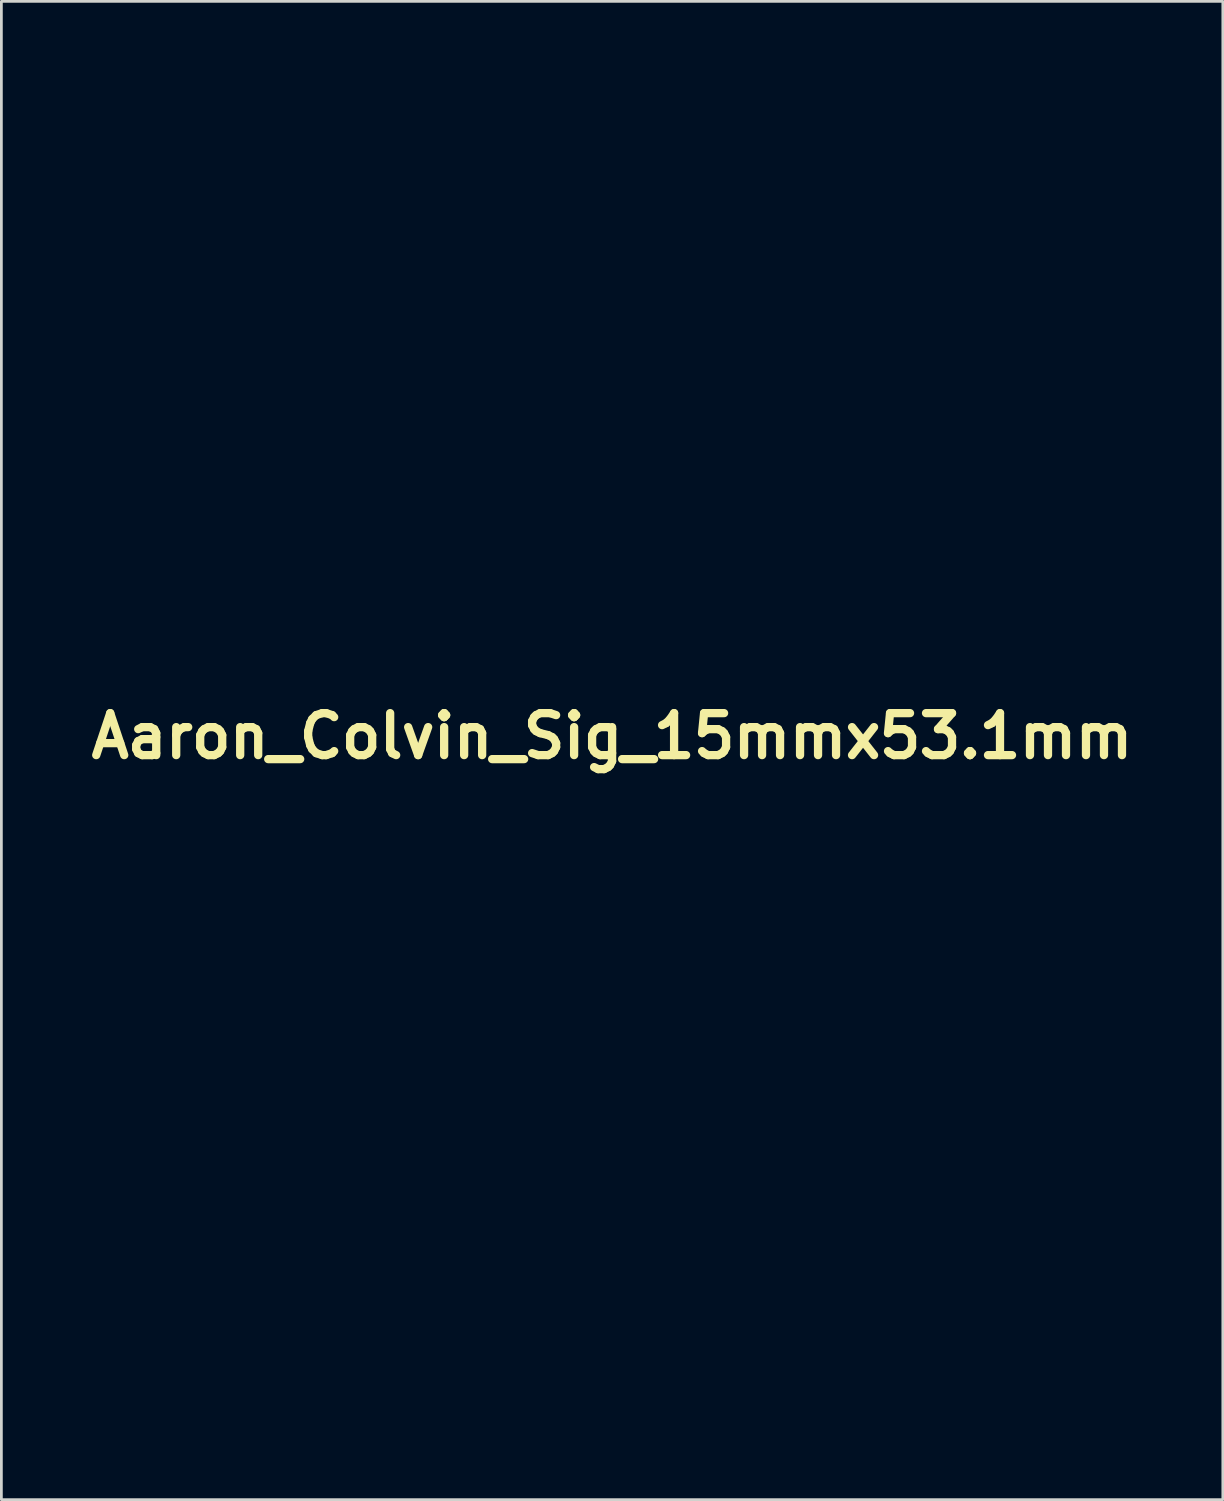
<source format=kicad_pcb>
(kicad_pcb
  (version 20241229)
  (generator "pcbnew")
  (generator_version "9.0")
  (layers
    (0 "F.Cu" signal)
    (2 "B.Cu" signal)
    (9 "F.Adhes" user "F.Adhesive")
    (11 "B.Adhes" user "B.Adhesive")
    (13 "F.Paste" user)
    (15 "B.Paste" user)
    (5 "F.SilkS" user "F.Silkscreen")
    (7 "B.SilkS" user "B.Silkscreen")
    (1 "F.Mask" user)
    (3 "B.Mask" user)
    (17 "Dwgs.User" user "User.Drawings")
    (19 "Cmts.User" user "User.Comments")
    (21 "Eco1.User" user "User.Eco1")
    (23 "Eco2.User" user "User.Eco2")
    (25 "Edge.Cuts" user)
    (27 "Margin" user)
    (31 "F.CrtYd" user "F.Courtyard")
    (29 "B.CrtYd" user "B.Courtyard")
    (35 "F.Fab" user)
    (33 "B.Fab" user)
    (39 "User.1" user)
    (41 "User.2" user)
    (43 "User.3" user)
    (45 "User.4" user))
  (footprint "Aaron_Colvin_Sig_15mmx53.1mm"
    (layer "F.Cu")
    (at 19.166 23.667)
    (property "Reference" "Aaron_Colvin_Sig_15mmx53.1mm" (at 0 0 0) (layer "F.SilkS") (effects (font (size 1.524 1.524) (thickness 0.3))))
    (attr through_hole)
    (fp_poly (pts (xy -0.192 18.331) (xy -0.216 18.355) (xy -0.24 18.331) (xy -0.216 18.307) (xy -0.192 18.331)) (stroke (width 0.01) (type solid)) (fill no) (layer "Eco2.User"))
    (fp_poly (pts (xy 0.24 18.715) (xy 0.216 18.738) (xy 0.192 18.715) (xy 0.216 18.691) (xy 0.24 18.715)) (stroke (width 0.01) (type solid)) (fill no) (layer "Eco2.User"))
    (fp_poly (pts (xy 0.335 19.002) (xy 0.312 19.026) (xy 0.288 19.002) (xy 0.312 18.978) (xy 0.335 19.002)) (stroke (width 0.01) (type solid)) (fill no) (layer "Eco2.User"))
    (fp_poly (pts (xy -4.521 15.4) (xy -4.527 15.428) (xy -4.553 15.432) (xy -4.592 15.414) (xy -4.585 15.4) (xy -4.528 15.394) (xy -4.521 15.4)) (stroke (width 0.01) (type solid)) (fill no) (layer "Eco2.User"))
    (fp_poly (pts (xy -3.802 -12.876) (xy -3.809 -12.847) (xy -3.834 -12.844) (xy -3.873 -12.861) (xy -3.866 -12.876) (xy -3.809 -12.881) (xy -3.802 -12.876)) (stroke (width 0.01) (type solid)) (fill no) (layer "Eco2.User"))
    (fp_poly (pts (xy 0.286 18.056) (xy 0.288 18.068) (xy 0.251 18.114) (xy 0.24 18.115) (xy 0.193 18.079) (xy 0.192 18.068) (xy 0.228 18.021) (xy 0.24 18.02) (xy 0.286 18.056)) (stroke (width 0.01) (type solid)) (fill no) (layer "Eco2.User"))
    (fp_poly (pts (xy 0.422 18.188) (xy 0.431 18.211) (xy 0.397 18.258) (xy 0.386 18.259) (xy 0.321 18.224) (xy 0.312 18.211) (xy 0.322 18.17) (xy 0.357 18.163) (xy 0.422 18.188)) (stroke (width 0.01) (type solid)) (fill no) (layer "Eco2.User"))
    (fp_poly (pts (xy -4.125 -12.961) (xy -4.071 -12.887) (xy -4.044 -12.783) (xy -4.082 -12.731) (xy -4.168 -12.749) (xy -4.192 -12.765) (xy -4.254 -12.851) (xy -4.251 -12.909) (xy -4.195 -12.98) (xy -4.125 -12.961)) (stroke (width 0.01) (type solid)) (fill no) (layer "Eco2.User"))
    (fp_poly (pts (xy 0.283 18.391) (xy 0.288 18.427) (xy 0.264 18.491) (xy 0.243 18.499) (xy 0.196 18.538) (xy 0.183 18.574) (xy 0.158 18.622) (xy 0.108 18.588) (xy 0.052 18.49) (xy 0.08 18.41) (xy 0.124 18.384) (xy 0.235 18.357) (xy 0.283 18.391)) (stroke (width 0.01) (type solid)) (fill no) (layer "Eco2.User"))
    (fp_poly (pts (xy 0.388 19.086) (xy 0.484 19.133) (xy 0.557 19.173) (xy 0.689 19.231) (xy 0.8 19.252) (xy 0.823 19.25) (xy 0.895 19.249) (xy 0.911 19.27) (xy 0.87 19.305) (xy 0.77 19.312) (xy 0.642 19.294) (xy 0.517 19.255) (xy 0.467 19.229) (xy 0.376 19.163) (xy 0.336 19.113) (xy 0.335 19.111) (xy 0.345 19.08) (xy 0.388 19.086)) (stroke (width 0.01) (type solid)) (fill no) (layer "Eco2.User"))
    (fp_poly (pts (xy 0.037 -23.635) (xy 0.094 -23.592) (xy 0.173 -23.579) (xy 0.254 -23.56) (xy 0.319 -23.491) (xy 0.389 -23.351) (xy 0.471 -23.146) (xy 0.508 -23.003) (xy 0.501 -22.898) (xy 0.449 -22.809) (xy 0.389 -22.745) (xy 0.182 -22.614) (xy 0.014 -22.568) (xy -0.209 -22.537) (xy -0.361 -22.533) (xy -0.465 -22.558) (xy -0.545 -22.616) (xy -0.56 -22.632) (xy -0.631 -22.742) (xy -0.68 -22.873) (xy -0.698 -22.994) (xy -0.689 -23.028) (xy -0.24 -23.028) (xy -0.216 -23.004) (xy -0.192 -23.028) (xy -0.216 -23.052) (xy -0.24 -23.028) (xy -0.689 -23.028) (xy -0.678 -23.07) (xy -0.671 -23.075) (xy -0.647 -23.137) (xy -0.654 -23.173) (xy -0.645 -23.232) (xy -0.592 -23.244) (xy -0.508 -23.286) (xy -0.419 -23.401) (xy -0.407 -23.423) (xy -0.312 -23.556) (xy -0.217 -23.603) (xy -0.215 -23.603) (xy -0.099 -23.625) (xy -0.051 -23.647) (xy 0.018 -23.662) (xy 0.037 -23.635)) (stroke (width 0.01) (type solid)) (fill no) (layer "Eco2.User"))
    (fp_poly (pts (xy 4.212 -23.234) (xy 4.332 -23.175) (xy 4.433 -23.042) (xy 4.502 -22.857) (xy 4.523 -22.729) (xy 4.543 -22.59) (xy 4.571 -22.488) (xy 4.578 -22.474) (xy 4.598 -22.393) (xy 4.607 -22.253) (xy 4.605 -22.149) (xy 4.609 -21.966) (xy 4.639 -21.864) (xy 4.653 -21.851) (xy 4.681 -21.786) (xy 4.698 -21.65) (xy 4.706 -21.464) (xy 4.704 -21.252) (xy 4.693 -21.037) (xy 4.673 -20.842) (xy 4.646 -20.69) (xy 4.622 -20.619) (xy 4.572 -20.498) (xy 4.553 -20.407) (xy 4.528 -20.32) (xy 4.505 -20.296) (xy 4.46 -20.239) (xy 4.393 -20.123) (xy 4.34 -20.018) (xy 4.285 -19.911) (xy 4.221 -19.807) (xy 4.137 -19.694) (xy 4.022 -19.558) (xy 3.866 -19.386) (xy 3.657 -19.165) (xy 3.546 -19.05) (xy 3.395 -18.894) (xy 3.287 -18.788) (xy 3.197 -18.711) (xy 3.102 -18.644) (xy 2.995 -18.575) (xy 2.826 -18.455) (xy 2.639 -18.301) (xy 2.457 -18.135) (xy 2.305 -17.98) (xy 2.208 -17.857) (xy 2.206 -17.854) (xy 2.143 -17.731) (xy 2.137 -17.631) (xy 2.159 -17.557) (xy 2.233 -17.382) (xy 2.327 -17.184) (xy 2.43 -16.986) (xy 2.527 -16.814) (xy 2.607 -16.69) (xy 2.642 -16.648) (xy 2.711 -16.566) (xy 2.732 -16.514) (xy 2.757 -16.449) (xy 2.822 -16.332) (xy 2.899 -16.212) (xy 2.987 -16.078) (xy 3.048 -15.977) (xy 3.067 -15.934) (xy 3.091 -15.883) (xy 3.154 -15.774) (xy 3.242 -15.633) (xy 3.395 -15.39) (xy 3.499 -15.211) (xy 3.562 -15.082) (xy 3.591 -14.991) (xy 3.594 -14.951) (xy 3.625 -14.874) (xy 3.666 -14.857) (xy 3.725 -14.817) (xy 3.738 -14.764) (xy 3.756 -14.675) (xy 3.778 -14.646) (xy 3.811 -14.59) (xy 3.86 -14.47) (xy 3.905 -14.332) (xy 3.964 -14.17) (xy 4.022 -14.068) (xy 4.058 -14.042) (xy 4.113 -14) (xy 4.152 -13.901) (xy 4.193 -13.792) (xy 4.247 -13.735) (xy 4.3 -13.672) (xy 4.313 -13.604) (xy 4.338 -13.506) (xy 4.403 -13.367) (xy 4.456 -13.276) (xy 4.543 -13.117) (xy 4.604 -12.958) (xy 4.62 -12.889) (xy 4.659 -12.725) (xy 4.717 -12.58) (xy 4.781 -12.425) (xy 4.821 -12.281) (xy 4.857 -12.175) (xy 4.905 -12.125) (xy 4.91 -12.125) (xy 4.974 -12.084) (xy 5.029 -11.988) (xy 5.056 -11.876) (xy 5.048 -11.811) (xy 5.056 -11.723) (xy 5.114 -11.608) (xy 5.126 -11.59) (xy 5.2 -11.48) (xy 5.243 -11.398) (xy 5.245 -11.389) (xy 5.273 -11.296) (xy 5.284 -11.262) (xy 5.307 -11.172) (xy 5.329 -11.032) (xy 5.336 -10.976) (xy 5.37 -10.826) (xy 5.424 -10.72) (xy 5.442 -10.703) (xy 5.504 -10.604) (xy 5.538 -10.424) (xy 5.54 -10.401) (xy 5.559 -10.242) (xy 5.587 -10.112) (xy 5.603 -10.072) (xy 5.636 -9.975) (xy 5.669 -9.825) (xy 5.683 -9.736) (xy 5.709 -9.59) (xy 5.739 -9.489) (xy 5.757 -9.461) (xy 5.794 -9.396) (xy 5.799 -9.358) (xy 5.829 -9.261) (xy 5.87 -9.202) (xy 5.915 -9.117) (xy 5.905 -8.999) (xy 5.896 -8.965) (xy 5.879 -8.826) (xy 5.901 -8.705) (xy 5.955 -8.634) (xy 5.984 -8.626) (xy 6.002 -8.583) (xy 6.006 -8.472) (xy 6.001 -8.363) (xy 5.998 -8.175) (xy 6.023 -8.052) (xy 6.036 -8.03) (xy 6.067 -7.937) (xy 6.044 -7.87) (xy 6.022 -7.77) (xy 6.047 -7.727) (xy 6.074 -7.644) (xy 6.05 -7.535) (xy 6.021 -7.393) (xy 6.024 -7.276) (xy 6.02 -7.155) (xy 5.983 -7.006) (xy 5.971 -6.975) (xy 5.922 -6.839) (xy 5.896 -6.728) (xy 5.895 -6.709) (xy 5.86 -6.609) (xy 5.823 -6.566) (xy 5.762 -6.483) (xy 5.751 -6.438) (xy 5.721 -6.342) (xy 5.701 -6.312) (xy 5.65 -6.248) (xy 5.56 -6.13) (xy 5.446 -5.979) (xy 5.412 -5.932) (xy 5.119 -5.615) (xy 4.769 -5.374) (xy 4.409 -5.226) (xy 4.178 -5.171) (xy 3.953 -5.16) (xy 3.694 -5.19) (xy 3.605 -5.207) (xy 3.403 -5.254) (xy 3.164 -5.32) (xy 2.923 -5.394) (xy 2.716 -5.465) (xy 2.612 -5.507) (xy 2.339 -5.631) (xy 2.136 -5.731) (xy 2.009 -5.803) (xy 1.965 -5.844) (xy 1.965 -5.844) (xy 1.924 -5.868) (xy 1.845 -5.868) (xy 1.755 -5.873) (xy 1.725 -5.898) (xy 1.686 -5.943) (xy 1.587 -6.012) (xy 1.498 -6.063) (xy 1.312 -6.168) (xy 1.117 -6.287) (xy 1.054 -6.327) (xy 0.908 -6.418) (xy 0.776 -6.493) (xy 0.725 -6.518) (xy 0.611 -6.593) (xy 0.518 -6.687) (xy 0.434 -6.77) (xy 0.364 -6.805) (xy 0.363 -6.805) (xy 0.289 -6.838) (xy 0.211 -6.908) (xy 0.122 -6.989) (xy -0.016 -7.094) (xy -0.144 -7.181) (xy -0.276 -7.276) (xy -0.456 -7.42) (xy -0.664 -7.596) (xy -0.878 -7.785) (xy -0.943 -7.845) (xy -1.133 -8.017) (xy -1.301 -8.162) (xy -1.434 -8.271) (xy -1.517 -8.331) (xy -1.536 -8.339) (xy -1.594 -8.37) (xy -1.7 -8.455) (xy -1.835 -8.575) (xy -1.887 -8.625) (xy -2.013 -8.748) (xy -2.193 -8.921) (xy -2.41 -9.13) (xy -2.648 -9.358) (xy -2.89 -9.591) (xy -2.921 -9.62) (xy -3.154 -9.844) (xy -3.41 -10.094) (xy -3.683 -10.361) (xy -3.963 -10.637) (xy -4.242 -10.914) (xy -4.511 -11.183) (xy -4.763 -11.437) (xy -4.989 -11.665) (xy -5.18 -11.861) (xy -5.329 -12.015) (xy -5.426 -12.12) (xy -5.464 -12.167) (xy -5.464 -12.168) (xy -5.494 -12.216) (xy -5.573 -12.311) (xy -5.67 -12.42) (xy -5.806 -12.575) (xy -5.937 -12.737) (xy -6.003 -12.827) (xy -6.111 -12.982) (xy -6.233 -13.156) (xy -6.28 -13.223) (xy -6.357 -13.357) (xy -6.415 -13.506) (xy -6.449 -13.647) (xy -6.453 -13.753) (xy -6.422 -13.802) (xy -6.415 -13.802) (xy -6.378 -13.841) (xy -6.374 -13.868) (xy -6.346 -13.951) (xy -6.285 -14.047) (xy -6.207 -14.18) (xy -6.165 -14.293) (xy -6.118 -14.393) (xy -6.026 -14.425) (xy -6.005 -14.425) (xy -5.815 -14.399) (xy -5.576 -14.328) (xy -5.316 -14.225) (xy -5.063 -14.102) (xy -4.845 -13.971) (xy -4.715 -13.867) (xy -4.629 -13.805) (xy -4.571 -13.794) (xy -4.569 -13.795) (xy -4.564 -13.789) (xy -4.596 -13.742) (xy -4.629 -13.671) (xy -4.58 -13.649) (xy -4.542 -13.652) (xy -4.495 -13.62) (xy -4.457 -13.562) (xy -4.388 -13.486) (xy -4.335 -13.467) (xy -4.279 -13.427) (xy -4.265 -13.371) (xy -4.245 -13.293) (xy -4.217 -13.275) (xy -4.173 -13.313) (xy -4.169 -13.334) (xy -4.147 -13.344) (xy -4.094 -13.285) (xy -4.026 -13.215) (xy -3.977 -13.204) (xy -3.925 -13.189) (xy -3.884 -13.136) (xy -3.862 -13.042) (xy -3.904 -13.003) (xy -3.988 -13.029) (xy -4.021 -13.055) (xy -4.136 -13.11) (xy -4.315 -13.137) (xy -4.35 -13.138) (xy -4.5 -13.148) (xy -4.58 -13.176) (xy -4.616 -13.232) (xy -4.618 -13.24) (xy -4.646 -13.299) (xy -4.706 -13.318) (xy -4.828 -13.307) (xy -4.848 -13.303) (xy -4.978 -13.278) (xy -5.063 -13.254) (xy -5.076 -13.247) (xy -5.07 -13.195) (xy -5.024 -13.098) (xy -5.015 -13.083) (xy -4.962 -12.969) (xy -4.943 -12.885) (xy -4.944 -12.88) (xy -4.934 -12.798) (xy -4.891 -12.705) (xy -4.836 -12.637) (xy -4.795 -12.627) (xy -4.771 -12.611) (xy -4.778 -12.56) (xy -4.759 -12.453) (xy -4.694 -12.38) (xy -4.581 -12.276) (xy -4.486 -12.177) (xy -4.375 -12.055) (xy -4.221 -11.894) (xy -4.035 -11.705) (xy -3.829 -11.499) (xy -3.614 -11.286) (xy -3.4 -11.079) (xy -3.2 -10.887) (xy -3.025 -10.722) (xy -2.885 -10.595) (xy -2.792 -10.516) (xy -2.76 -10.495) (xy -2.699 -10.455) (xy -2.667 -10.386) (xy -2.613 -10.295) (xy -2.507 -10.187) (xy -2.441 -10.135) (xy -2.332 -10.048) (xy -2.175 -9.911) (xy -1.988 -9.742) (xy -1.793 -9.558) (xy -1.758 -9.525) (xy -1.581 -9.357) (xy -1.427 -9.215) (xy -1.31 -9.113) (xy -1.244 -9.061) (xy -1.235 -9.058) (xy -1.202 -9.019) (xy -1.198 -8.986) (xy -1.176 -8.929) (xy -1.156 -8.926) (xy -1.105 -8.901) (xy -1.001 -8.823) (xy -0.86 -8.706) (xy -0.743 -8.602) (xy -0.572 -8.451) (xy -0.412 -8.316) (xy -0.286 -8.215) (xy -0.234 -8.178) (xy -0.141 -8.108) (xy -0.096 -8.054) (xy -0.096 -8.05) (xy -0.06 -8.007) (xy 0.029 -7.933) (xy 0.145 -7.848) (xy 0.258 -7.771) (xy 0.342 -7.723) (xy 0.365 -7.716) (xy 0.421 -7.688) (xy 0.52 -7.619) (xy 0.633 -7.531) (xy 0.73 -7.447) (xy 0.781 -7.393) (xy 0.85 -7.336) (xy 0.877 -7.331) (xy 0.946 -7.3) (xy 1.052 -7.226) (xy 1.1 -7.187) (xy 1.208 -7.101) (xy 1.288 -7.051) (xy 1.307 -7.045) (xy 1.366 -7.017) (xy 1.467 -6.948) (xy 1.512 -6.913) (xy 1.614 -6.837) (xy 1.679 -6.798) (xy 1.689 -6.797) (xy 1.737 -6.789) (xy 1.84 -6.744) (xy 1.974 -6.674) (xy 2.111 -6.595) (xy 2.228 -6.519) (xy 2.287 -6.473) (xy 2.373 -6.404) (xy 2.431 -6.381) (xy 2.513 -6.368) (xy 2.616 -6.322) (xy 2.687 -6.269) (xy 2.688 -6.267) (xy 2.753 -6.232) (xy 2.832 -6.219) (xy 2.954 -6.194) (xy 3.019 -6.162) (xy 3.187 -6.058) (xy 3.305 -6.026) (xy 3.358 -6.04) (xy 3.428 -6.056) (xy 3.449 -6.041) (xy 3.506 -6.016) (xy 3.632 -5.987) (xy 3.802 -5.959) (xy 3.825 -5.956) (xy 4.034 -5.936) (xy 4.177 -5.938) (xy 4.279 -5.966) (xy 4.297 -5.975) (xy 4.405 -6.022) (xy 4.474 -6.039) (xy 4.534 -6.071) (xy 4.639 -6.155) (xy 4.773 -6.275) (xy 4.915 -6.411) (xy 5.046 -6.548) (xy 5.107 -6.617) (xy 5.205 -6.792) (xy 5.275 -7.054) (xy 5.317 -7.403) (xy 5.332 -7.842) (xy 5.33 -8.045) (xy 5.318 -8.397) (xy 5.297 -8.654) (xy 5.268 -8.817) (xy 5.252 -8.859) (xy 5.204 -8.988) (xy 5.162 -9.153) (xy 5.154 -9.202) (xy 5.116 -9.393) (xy 5.052 -9.648) (xy 4.971 -9.942) (xy 4.881 -10.247) (xy 4.788 -10.539) (xy 4.702 -10.791) (xy 4.629 -10.975) (xy 4.53 -11.212) (xy 4.454 -11.425) (xy 4.405 -11.595) (xy 4.39 -11.702) (xy 4.393 -11.721) (xy 4.382 -11.795) (xy 4.364 -11.811) (xy 4.317 -11.883) (xy 4.313 -11.91) (xy 4.288 -11.985) (xy 4.223 -12.105) (xy 4.169 -12.189) (xy 4.089 -12.317) (xy 4.036 -12.416) (xy 4.026 -12.45) (xy 4.008 -12.515) (xy 3.96 -12.64) (xy 3.902 -12.778) (xy 3.83 -12.942) (xy 3.77 -13.082) (xy 3.739 -13.155) (xy 3.697 -13.255) (xy 3.634 -13.399) (xy 3.599 -13.478) (xy 3.542 -13.617) (xy 3.505 -13.721) (xy 3.498 -13.754) (xy 3.466 -13.801) (xy 3.455 -13.802) (xy 3.406 -13.84) (xy 3.337 -13.933) (xy 3.269 -14.048) (xy 3.221 -14.153) (xy 3.21 -14.2) (xy 3.185 -14.271) (xy 3.121 -14.387) (xy 3.078 -14.455) (xy 2.987 -14.598) (xy 2.872 -14.784) (xy 2.758 -14.973) (xy 2.756 -14.977) (xy 2.635 -15.165) (xy 2.502 -15.346) (xy 2.386 -15.482) (xy 2.384 -15.483) (xy 2.282 -15.601) (xy 2.217 -15.704) (xy 2.205 -15.748) (xy 2.179 -15.841) (xy 2.111 -15.989) (xy 2.014 -16.167) (xy 1.902 -16.35) (xy 1.788 -16.514) (xy 1.767 -16.541) (xy 1.684 -16.657) (xy 1.635 -16.747) (xy 1.629 -16.77) (xy 1.608 -16.842) (xy 1.542 -16.983) (xy 1.43 -17.196) (xy 1.274 -17.477) (xy 1.202 -17.632) (xy 1.184 -17.766) (xy 1.196 -17.864) (xy 1.25 -18.028) (xy 1.347 -18.212) (xy 1.466 -18.385) (xy 1.586 -18.514) (xy 1.642 -18.553) (xy 1.746 -18.624) (xy 1.868 -18.723) (xy 1.885 -18.739) (xy 2.01 -18.841) (xy 2.171 -18.954) (xy 2.256 -19.008) (xy 2.397 -19.104) (xy 2.507 -19.203) (xy 2.546 -19.254) (xy 2.61 -19.336) (xy 2.661 -19.362) (xy 2.731 -19.394) (xy 2.851 -19.481) (xy 3.005 -19.607) (xy 3.176 -19.758) (xy 3.347 -19.919) (xy 3.502 -20.075) (xy 3.625 -20.211) (xy 3.694 -20.303) (xy 3.781 -20.473) (xy 3.863 -20.685) (xy 3.931 -20.905) (xy 3.971 -21.095) (xy 3.977 -21.168) (xy 3.991 -21.283) (xy 4.023 -21.349) (xy 4.025 -21.35) (xy 4.044 -21.394) (xy 4.052 -21.502) (xy 4.048 -21.679) (xy 4.033 -21.935) (xy 4.006 -22.276) (xy 3.994 -22.405) (xy 3.975 -22.727) (xy 3.983 -22.965) (xy 4.021 -23.124) (xy 4.091 -23.212) (xy 4.194 -23.235) (xy 4.212 -23.234)) (stroke (width 0.01) (type solid)) (fill no) (layer "Eco2.User"))
    (fp_poly (pts (xy 3.583 -4.803) (xy 3.625 -4.7) (xy 3.642 -4.637) (xy 3.685 -4.486) (xy 3.727 -4.361) (xy 3.736 -4.337) (xy 3.762 -4.253) (xy 3.8 -4.098) (xy 3.844 -3.895) (xy 3.886 -3.69) (xy 3.931 -3.469) (xy 3.975 -3.282) (xy 4.011 -3.15) (xy 4.033 -3.094) (xy 4.062 -3.016) (xy 4.074 -2.905) (xy 4.089 -2.75) (xy 4.119 -2.615) (xy 4.146 -2.5) (xy 4.183 -2.307) (xy 4.228 -2.054) (xy 4.276 -1.759) (xy 4.326 -1.439) (xy 4.375 -1.112) (xy 4.421 -0.795) (xy 4.459 -0.506) (xy 4.488 -0.262) (xy 4.497 -0.179) (xy 4.518 -0.017) (xy 4.542 0.099) (xy 4.564 0.145) (xy 4.565 0.145) (xy 4.601 0.175) (xy 4.598 0.204) (xy 4.596 0.254) (xy 4.593 0.377) (xy 4.588 0.552) (xy 4.586 0.647) (xy 4.575 0.884) (xy 4.552 1.057) (xy 4.509 1.2) (xy 4.459 1.308) (xy 4.346 1.494) (xy 4.198 1.688) (xy 4.038 1.863) (xy 3.89 1.992) (xy 3.829 2.031) (xy 3.628 2.143) (xy 3.487 2.238) (xy 3.377 2.336) (xy 3.37 2.343) (xy 3.284 2.466) (xy 3.261 2.58) (xy 3.304 2.658) (xy 3.306 2.659) (xy 3.329 2.719) (xy 3.343 2.846) (xy 3.345 3.001) (xy 3.347 3.174) (xy 3.364 3.298) (xy 3.387 3.346) (xy 3.413 3.411) (xy 3.426 3.552) (xy 3.426 3.738) (xy 3.426 3.92) (xy 3.438 4.068) (xy 3.459 4.153) (xy 3.462 4.158) (xy 3.488 4.243) (xy 3.486 4.371) (xy 3.483 4.389) (xy 3.478 4.544) (xy 3.504 4.684) (xy 3.506 4.688) (xy 3.53 4.792) (xy 3.551 4.963) (xy 3.566 5.17) (xy 3.57 5.272) (xy 3.58 5.48) (xy 3.594 5.658) (xy 3.611 5.781) (xy 3.619 5.813) (xy 3.636 5.919) (xy 3.629 6.056) (xy 3.628 6.059) (xy 3.636 6.241) (xy 3.676 6.326) (xy 3.714 6.401) (xy 3.731 6.507) (xy 3.729 6.666) (xy 3.718 6.827) (xy 3.705 7.034) (xy 3.708 7.167) (xy 3.728 7.245) (xy 3.755 7.279) (xy 3.802 7.362) (xy 3.826 7.492) (xy 3.827 7.514) (xy 3.819 7.667) (xy 3.795 7.862) (xy 3.762 8.06) (xy 3.725 8.225) (xy 3.703 8.291) (xy 3.671 8.4) (xy 3.661 8.459) (xy 3.615 8.69) (xy 3.538 8.952) (xy 3.441 9.221) (xy 3.333 9.468) (xy 3.225 9.669) (xy 3.142 9.783) (xy 3.003 9.957) (xy 2.948 10.09) (xy 2.974 10.187) (xy 3.057 10.247) (xy 3.131 10.244) (xy 3.163 10.18) (xy 3.163 10.179) (xy 3.192 10.125) (xy 3.239 10.131) (xy 3.315 10.156) (xy 3.335 10.16) (xy 3.353 10.199) (xy 3.355 10.226) (xy 3.394 10.297) (xy 3.439 10.323) (xy 3.491 10.344) (xy 3.552 10.375) (xy 3.639 10.427) (xy 3.77 10.509) (xy 3.962 10.633) (xy 3.979 10.645) (xy 4.302 10.903) (xy 4.545 11.205) (xy 4.705 11.544) (xy 4.776 11.912) (xy 4.777 11.931) (xy 4.797 12.111) (xy 4.831 12.265) (xy 4.864 12.347) (xy 4.921 12.479) (xy 4.941 12.589) (xy 4.93 12.819) (xy 4.886 13.093) (xy 4.818 13.368) (xy 4.734 13.601) (xy 4.725 13.621) (xy 4.658 13.773) (xy 4.613 13.899) (xy 4.601 13.958) (xy 4.563 14.038) (xy 4.533 14.057) (xy 4.476 14.119) (xy 4.434 14.23) (xy 4.434 14.231) (xy 4.378 14.36) (xy 4.258 14.515) (xy 4.065 14.706) (xy 4.032 14.737) (xy 3.974 14.801) (xy 3.884 14.912) (xy 3.822 14.993) (xy 3.662 15.161) (xy 3.466 15.303) (xy 3.427 15.325) (xy 3.279 15.4) (xy 3.168 15.458) (xy 3.063 15.515) (xy 2.935 15.584) (xy 2.756 15.683) (xy 2.732 15.697) (xy 2.397 15.866) (xy 2.065 16.003) (xy 1.764 16.097) (xy 1.627 16.126) (xy 1.449 16.16) (xy 1.244 16.205) (xy 1.16 16.225) (xy 1.003 16.257) (xy 0.874 16.269) (xy 0.825 16.265) (xy 0.783 16.258) (xy 0.823 16.291) (xy 0.839 16.302) (xy 0.968 16.369) (xy 1.128 16.433) (xy 1.276 16.476) (xy 1.346 16.485) (xy 1.428 16.519) (xy 1.527 16.598) (xy 1.534 16.606) (xy 1.628 16.688) (xy 1.705 16.725) (xy 1.709 16.726) (xy 1.798 16.747) (xy 1.937 16.802) (xy 2.102 16.878) (xy 2.268 16.962) (xy 2.409 17.043) (xy 2.501 17.108) (xy 2.522 17.132) (xy 2.588 17.193) (xy 2.641 17.205) (xy 2.716 17.226) (xy 2.732 17.253) (xy 2.768 17.299) (xy 2.782 17.301) (xy 2.853 17.329) (xy 2.972 17.402) (xy 3.112 17.504) (xy 3.216 17.588) (xy 3.309 17.665) (xy 3.432 17.762) (xy 3.455 17.78) (xy 3.693 17.977) (xy 3.954 18.21) (xy 4.205 18.451) (xy 4.413 18.669) (xy 4.432 18.691) (xy 4.55 18.822) (xy 4.644 18.924) (xy 4.695 18.976) (xy 4.698 18.978) (xy 4.74 19.033) (xy 4.801 19.138) (xy 4.81 19.155) (xy 4.879 19.269) (xy 4.943 19.343) (xy 4.948 19.347) (xy 5.004 19.41) (xy 5.081 19.526) (xy 5.123 19.601) (xy 5.217 19.777) (xy 5.322 19.974) (xy 5.366 20.056) (xy 5.455 20.244) (xy 5.543 20.461) (xy 5.62 20.68) (xy 5.676 20.874) (xy 5.702 21.014) (xy 5.703 21.033) (xy 5.725 21.165) (xy 5.752 21.233) (xy 5.776 21.322) (xy 5.796 21.478) (xy 5.808 21.67) (xy 5.809 21.721) (xy 5.809 21.931) (xy 5.794 22.084) (xy 5.757 22.219) (xy 5.688 22.373) (xy 5.664 22.422) (xy 5.588 22.583) (xy 5.533 22.716) (xy 5.511 22.794) (xy 5.511 22.796) (xy 5.473 22.951) (xy 5.364 23.15) (xy 5.191 23.381) (xy 4.962 23.632) (xy 4.944 23.651) (xy 4.718 23.877) (xy 4.544 24.044) (xy 4.412 24.165) (xy 4.306 24.249) (xy 4.214 24.307) (xy 4.123 24.35) (xy 4.066 24.373) (xy 3.917 24.429) (xy 3.792 24.478) (xy 3.762 24.491) (xy 3.663 24.529) (xy 3.554 24.558) (xy 3.411 24.585) (xy 3.212 24.613) (xy 3.043 24.634) (xy 2.839 24.659) (xy 2.663 24.681) (xy 2.543 24.697) (xy 2.516 24.701) (xy 2.397 24.706) (xy 2.276 24.698) (xy 2.151 24.677) (xy 1.95 24.634) (xy 1.668 24.568) (xy 1.3 24.478) (xy 1.15 24.441) (xy 0.995 24.405) (xy 0.865 24.377) (xy 0.833 24.371) (xy 0.704 24.335) (xy 0.632 24.303) (xy 0.505 24.261) (xy 0.409 24.25) (xy 0.306 24.225) (xy 0.257 24.178) (xy 0.191 24.115) (xy 0.148 24.106) (xy 0.051 24.083) (xy 0.022 24.063) (xy -0.042 24.03) (xy -0.173 23.975) (xy -0.35 23.91) (xy -0.449 23.875) (xy -0.641 23.806) (xy -0.8 23.743) (xy -0.903 23.694) (xy -0.926 23.678) (xy -1.005 23.631) (xy -1.03 23.627) (xy -1.116 23.607) (xy -1.222 23.561) (xy -1.31 23.508) (xy -1.342 23.471) (xy -1.381 23.438) (xy -1.409 23.435) (xy -1.482 23.41) (xy -1.604 23.344) (xy -1.732 23.262) (xy -1.893 23.166) (xy -2.048 23.094) (xy -2.14 23.065) (xy -2.27 23.015) (xy -2.317 22.947) (xy -2.38 22.858) (xy -2.437 22.828) (xy -2.528 22.777) (xy -2.559 22.735) (xy -2.623 22.678) (xy -2.671 22.668) (xy -2.752 22.638) (xy -2.87 22.559) (xy -2.956 22.489) (xy -3.089 22.376) (xy -3.268 22.233) (xy -3.461 22.087) (xy -3.517 22.045) (xy -3.675 21.924) (xy -3.798 21.818) (xy -3.869 21.743) (xy -3.88 21.722) (xy -3.919 21.666) (xy -3.941 21.662) (xy -3.994 21.629) (xy -4.096 21.54) (xy -4.233 21.41) (xy -4.391 21.254) (xy -4.556 21.086) (xy -4.712 20.922) (xy -4.845 20.777) (xy -4.94 20.665) (xy -4.983 20.601) (xy -4.984 20.596) (xy -4.992 20.565) (xy -5.022 20.518) (xy -5.085 20.442) (xy -5.193 20.323) (xy -5.356 20.149) (xy -5.447 20.047) (xy -5.503 19.977) (xy -5.511 19.961) (xy -5.537 19.908) (xy -5.606 19.798) (xy -5.704 19.651) (xy -5.817 19.488) (xy -5.932 19.327) (xy -6.014 19.218) (xy -6.105 19.092) (xy -6.166 18.994) (xy -6.181 18.955) (xy -6.202 18.889) (xy -6.253 18.768) (xy -6.3 18.667) (xy -6.434 18.393) (xy -6.53 18.182) (xy -6.596 18.012) (xy -6.639 17.861) (xy -6.655 17.774) (xy -6.07 17.774) (xy -6.069 17.809) (xy -6.032 17.864) (xy -5.975 17.974) (xy -5.948 18.087) (xy -5.917 18.198) (xy -5.855 18.333) (xy -5.777 18.464) (xy -5.702 18.56) (xy -5.649 18.595) (xy -5.614 18.635) (xy -5.607 18.685) (xy -5.573 18.791) (xy -5.538 18.832) (xy -5.477 18.898) (xy -5.382 19.018) (xy -5.271 19.166) (xy -5.263 19.178) (xy -5.145 19.337) (xy -4.988 19.54) (xy -4.815 19.758) (xy -4.685 19.918) (xy -4.542 20.093) (xy -4.424 20.24) (xy -4.344 20.344) (xy -4.313 20.389) (xy -4.313 20.39) (xy -4.28 20.443) (xy -4.193 20.536) (xy -4.077 20.647) (xy -3.953 20.758) (xy -3.843 20.846) (xy -3.771 20.892) (xy -3.76 20.895) (xy -3.698 20.924) (xy -3.69 20.947) (xy -3.656 21.008) (xy -3.567 21.109) (xy -3.444 21.229) (xy -3.309 21.348) (xy -3.183 21.448) (xy -3.105 21.498) (xy -2.993 21.578) (xy -2.925 21.658) (xy -2.844 21.736) (xy -2.74 21.78) (xy -2.637 21.829) (xy -2.502 21.928) (xy -2.37 22.047) (xy -2.246 22.166) (xy -2.143 22.251) (xy -2.083 22.285) (xy -2.082 22.285) (xy -1.995 22.308) (xy -1.874 22.362) (xy -1.761 22.427) (xy -1.699 22.481) (xy -1.642 22.523) (xy -1.524 22.588) (xy -1.371 22.662) (xy -1.213 22.732) (xy -1.075 22.786) (xy -0.987 22.812) (xy -0.98 22.812) (xy -0.912 22.841) (xy -0.903 22.856) (xy -0.848 22.899) (xy -0.791 22.916) (xy -0.701 22.94) (xy -0.671 22.956) (xy -0.617 22.989) (xy -0.507 23.048) (xy -0.431 23.086) (xy -0.256 23.174) (xy -0.059 23.275) (xy 0.024 23.319) (xy 0.211 23.418) (xy 0.333 23.48) (xy 0.412 23.514) (xy 0.466 23.528) (xy 0.516 23.531) (xy 0.524 23.531) (xy 0.614 23.55) (xy 0.644 23.573) (xy 0.713 23.614) (xy 0.862 23.653) (xy 1.073 23.687) (xy 1.112 23.692) (xy 1.233 23.722) (xy 1.304 23.758) (xy 1.398 23.799) (xy 1.486 23.81) (xy 1.607 23.822) (xy 1.766 23.852) (xy 1.821 23.865) (xy 2.012 23.903) (xy 2.219 23.932) (xy 2.268 23.936) (xy 2.407 23.95) (xy 2.498 23.965) (xy 2.517 23.972) (xy 2.597 23.995) (xy 2.756 23.996) (xy 2.982 23.975) (xy 3.227 23.938) (xy 3.425 23.898) (xy 3.592 23.852) (xy 3.7 23.809) (xy 3.722 23.794) (xy 3.821 23.734) (xy 3.879 23.723) (xy 3.982 23.688) (xy 4.026 23.651) (xy 4.101 23.59) (xy 4.139 23.579) (xy 4.203 23.546) (xy 4.313 23.459) (xy 4.45 23.336) (xy 4.471 23.315) (xy 5.032 23.315) (xy 5.056 23.339) (xy 5.08 23.315) (xy 5.056 23.291) (xy 5.032 23.315) (xy 4.471 23.315) (xy 4.595 23.194) (xy 4.731 23.05) (xy 4.838 22.923) (xy 4.856 22.899) (xy 4.934 22.774) (xy 4.98 22.667) (xy 4.984 22.639) (xy 5.015 22.541) (xy 5.067 22.464) (xy 5.102 22.412) (xy 5.126 22.333) (xy 5.141 22.212) (xy 5.143 22.165) (xy 5.32 22.165) (xy 5.344 22.189) (xy 5.368 22.165) (xy 5.344 22.141) (xy 5.32 22.165) (xy 5.143 22.165) (xy 5.148 22.03) (xy 5.151 21.772) (xy 5.151 21.742) (xy 5.15 21.468) (xy 5.141 21.262) (xy 5.12 21.095) (xy 5.079 20.941) (xy 5.015 20.77) (xy 4.921 20.556) (xy 4.906 20.523) (xy 4.844 20.372) (xy 4.803 20.25) (xy 4.792 20.199) (xy 4.766 20.136) (xy 4.745 20.128) (xy 4.7 20.09) (xy 4.697 20.067) (xy 4.667 19.995) (xy 4.594 19.887) (xy 4.555 19.839) (xy 4.469 19.728) (xy 4.417 19.641) (xy 4.411 19.62) (xy 4.378 19.56) (xy 4.293 19.449) (xy 4.169 19.304) (xy 4.021 19.142) (xy 3.865 18.98) (xy 3.738 18.855) (xy 3.458 18.593) (xy 3.245 18.399) (xy 3.098 18.273) (xy 3.017 18.215) (xy 3.005 18.211) (xy 2.948 18.181) (xy 2.857 18.107) (xy 2.837 18.089) (xy 2.729 18.003) (xy 2.57 17.897) (xy 2.396 17.795) (xy 2.222 17.697) (xy 2.063 17.604) (xy 1.955 17.535) (xy 1.955 17.535) (xy 1.843 17.471) (xy 1.752 17.445) (xy 1.751 17.445) (xy 1.686 17.425) (xy 1.677 17.409) (xy 1.639 17.362) (xy 1.569 17.319) (xy 1.311 17.189) (xy 1.123 17.097) (xy 0.989 17.034) (xy 0.892 16.993) (xy 0.817 16.967) (xy 0.798 16.961) (xy 0.704 16.943) (xy 0.681 16.969) (xy 0.685 16.981) (xy 0.674 17.057) (xy 0.614 17.156) (xy 0.613 17.158) (xy 0.544 17.234) (xy 0.501 17.241) (xy 0.453 17.187) (xy 0.376 17.129) (xy 0.227 17.082) (xy 0.01 17.044) (xy -0.179 17.011) (xy -0.335 16.972) (xy -0.431 16.936) (xy -0.441 16.929) (xy -0.532 16.875) (xy -0.649 16.824) (xy 0.393 16.824) (xy 0.412 16.85) (xy 0.455 16.885) (xy 0.564 16.955) (xy 0.617 16.947) (xy 0.623 16.917) (xy 0.589 16.871) (xy 0.579 16.869) (xy 0.5 16.855) (xy 0.447 16.839) (xy 0.393 16.824) (xy -0.649 16.824) (xy -0.667 16.817) (xy -0.697 16.806) (xy -0.82 16.75) (xy -0.892 16.692) (xy -0.903 16.647) (xy -0.843 16.63) (xy -0.776 16.607) (xy -0.767 16.585) (xy -0.811 16.563) (xy -0.926 16.547) (xy -1.089 16.54) (xy -1.102 16.54) (xy -1.286 16.547) (xy -1.4 16.568) (xy -1.438 16.598) (xy -1.391 16.633) (xy -1.306 16.659) (xy -1.178 16.716) (xy -1.061 16.807) (xy -0.965 16.88) (xy -0.883 16.898) (xy -0.879 16.897) (xy -0.83 16.898) (xy -0.836 16.957) (xy -0.824 17.057) (xy -0.75 17.154) (xy -0.643 17.221) (xy -0.535 17.231) (xy -0.531 17.23) (xy -0.451 17.23) (xy -0.432 17.274) (xy -0.477 17.324) (xy -0.485 17.35) (xy -0.455 17.405) (xy -0.381 17.499) (xy -0.253 17.64) (xy -0.066 17.839) (xy -0.049 17.857) (xy 0.022 17.946) (xy 0.048 18.009) (xy 0.086 18.07) (xy 0.108 18.082) (xy 0.14 18.118) (xy 0.1 18.164) (xy 0.008 18.208) (xy -0.114 18.24) (xy -0.237 18.25) (xy -0.394 18.233) (xy -0.499 18.178) (xy -0.548 18.125) (xy -0.632 18.032) (xy -0.759 17.9) (xy -0.902 17.758) (xy -0.911 17.75) (xy -1.079 17.587) (xy -1.256 17.415) (xy -1.39 17.285) (xy -1.56 17.14) (xy -1.759 17) (xy -1.867 16.936) (xy -2.031 16.842) (xy -2.178 16.745) (xy -2.25 16.69) (xy -2.373 16.613) (xy -2.536 16.584) (xy -2.603 16.582) (xy -2.776 16.572) (xy -2.913 16.531) (xy -3.044 16.447) (xy -3.197 16.303) (xy -3.227 16.27) (xy 0.527 16.27) (xy 0.551 16.294) (xy 0.575 16.27) (xy 0.551 16.246) (xy 0.527 16.27) (xy -3.227 16.27) (xy -3.241 16.257) (xy -3.365 16.133) (xy -3.468 16.064) (xy -3.587 16.031) (xy -3.712 16.017) (xy -3.857 16) (xy -3.953 15.979) (xy -3.978 15.965) (xy -4.022 15.951) (xy -4.139 15.94) (xy -4.306 15.935) (xy -4.356 15.935) (xy -4.569 15.94) (xy -4.708 15.96) (xy -4.798 15.996) (xy -4.827 16.019) (xy -4.924 16.083) (xy -4.991 16.103) (xy -5.077 16.133) (xy -5.158 16.192) (xy -5.27 16.269) (xy -5.413 16.333) (xy -5.42 16.336) (xy -5.563 16.402) (xy -5.684 16.508) (xy -5.812 16.678) (xy -5.82 16.69) (xy -5.856 16.768) (xy -5.875 16.878) (xy -5.88 17.041) (xy -5.873 17.269) (xy -5.866 17.489) (xy -5.872 17.647) (xy -5.887 17.73) (xy -5.896 17.738) (xy -5.987 17.755) (xy -5.991 17.756) (xy -6.065 17.773) (xy -6.07 17.774) (xy -6.655 17.774) (xy -6.666 17.709) (xy -6.684 17.531) (xy -6.691 17.417) (xy -6.703 17.093) (xy -6.688 16.86) (xy -6.666 16.764) (xy -6.545 16.513) (xy -6.358 16.261) (xy -6.128 16.04) (xy -6.034 15.969) (xy -5.894 15.868) (xy -5.786 15.781) (xy -5.737 15.731) (xy -5.702 15.708) (xy -1.8 15.708) (xy -1.753 15.715) (xy -1.691 15.707) (xy -1.69 15.69) (xy -1.754 15.679) (xy -1.782 15.687) (xy -1.8 15.708) (xy -5.702 15.708) (xy -5.661 15.68) (xy -5.607 15.671) (xy -5.514 15.65) (xy -5.39 15.599) (xy -4.745 15.599) (xy -4.721 15.623) (xy -4.697 15.599) (xy -4.721 15.575) (xy -4.745 15.599) (xy -5.39 15.599) (xy -5.377 15.594) (xy -5.291 15.552) (xy -5.152 15.483) (xy -5.04 15.44) (xy -5.001 15.432) (xy -4.942 15.402) (xy -4.936 15.381) (xy -4.907 15.353) (xy -4.888 15.36) (xy -4.857 15.414) (xy -4.863 15.429) (xy -4.843 15.463) (xy -4.757 15.488) (xy -4.635 15.5) (xy -4.507 15.497) (xy -4.42 15.481) (xy -4.248 15.435) (xy -4.102 15.41) (xy -4.004 15.409) (xy -3.978 15.427) (xy -3.935 15.446) (xy -3.828 15.449) (xy -3.762 15.444) (xy -3.611 15.438) (xy -3.548 15.464) (xy -3.546 15.473) (xy -3.506 15.518) (xy -3.453 15.528) (xy -3.36 15.551) (xy -3.329 15.579) (xy -3.274 15.589) (xy -3.183 15.524) (xy -3.113 15.468) (xy -3.037 15.44) (xy -2.926 15.436) (xy -2.751 15.451) (xy -2.745 15.452) (xy -2.543 15.473) (xy -2.349 15.493) (xy -2.228 15.505) (xy -1.95 15.536) (xy -1.755 15.568) (xy -1.649 15.598) (xy -1.629 15.617) (xy -1.588 15.64) (xy -1.494 15.644) (xy -1.382 15.647) (xy -1.21 15.665) (xy -1.014 15.694) (xy -0.987 15.699) (xy -0.757 15.729) (xy -0.515 15.743) (xy -0.319 15.74) (xy -0.033 15.716) (xy 0.179 15.696) (xy 0.337 15.678) (xy 0.463 15.659) (xy 0.578 15.637) (xy 0.647 15.622) (xy 0.819 15.587) (xy 0.977 15.563) (xy 1.03 15.558) (xy 1.161 15.536) (xy 1.352 15.488) (xy 1.577 15.421) (xy 1.809 15.344) (xy 1.838 15.333) (xy 3.031 15.333) (xy 3.038 15.336) (xy 3.081 15.302) (xy 3.091 15.288) (xy 3.103 15.243) (xy 3.097 15.24) (xy 3.053 15.274) (xy 3.043 15.288) (xy 3.031 15.333) (xy 1.838 15.333) (xy 2.019 15.265) (xy 2.094 15.234) (xy 2.256 15.172) (xy 2.412 15.127) (xy 2.446 15.12) (xy 2.587 15.072) (xy 2.734 14.989) (xy 2.754 14.975) (xy 2.862 14.9) (xy 2.943 14.859) (xy 2.956 14.857) (xy 3.017 14.825) (xy 3.106 14.747) (xy 3.115 14.737) (xy 3.207 14.655) (xy 3.279 14.617) (xy 3.283 14.617) (xy 3.345 14.583) (xy 3.437 14.497) (xy 3.478 14.45) (xy 3.604 14.303) (xy 3.733 14.152) (xy 3.754 14.127) (xy 3.955 13.826) (xy 4.095 13.463) (xy 4.171 13.054) (xy 4.179 12.614) (xy 4.159 12.443) (xy 4.553 12.443) (xy 4.576 12.513) (xy 4.624 12.54) (xy 4.641 12.531) (xy 4.635 12.482) (xy 4.61 12.45) (xy 4.561 12.423) (xy 4.553 12.443) (xy 4.159 12.443) (xy 4.135 12.242) (xy 4.065 11.989) (xy 3.954 11.74) (xy 3.815 11.51) (xy 3.66 11.317) (xy 3.502 11.179) (xy 3.352 11.112) (xy 3.318 11.108) (xy 3.212 11.089) (xy 3.195 11.044) (xy 3.17 10.991) (xy 3.063 10.951) (xy 3.059 10.95) (xy 2.933 10.914) (xy 2.847 10.873) (xy 2.845 10.872) (xy 2.77 10.837) (xy 2.749 10.837) (xy 2.672 10.828) (xy 2.636 10.816) (xy 2.553 10.788) (xy 2.411 10.747) (xy 2.28 10.713) (xy 2.042 10.634) (xy 1.887 10.536) (xy 1.803 10.405) (xy 1.779 10.23) (xy 1.779 10.212) (xy 1.791 9.984) (xy 1.817 9.834) (xy 1.868 9.744) (xy 1.95 9.695) (xy 2.034 9.676) (xy 2.226 9.605) (xy 2.323 9.519) (xy 2.404 9.433) (xy 2.466 9.393) (xy 2.47 9.393) (xy 2.528 9.353) (xy 2.613 9.248) (xy 2.711 9.1) (xy 2.807 8.93) (xy 2.889 8.761) (xy 2.919 8.686) (xy 2.971 8.522) (xy 3.019 8.323) (xy 3.065 8.072) (xy 3.114 7.75) (xy 3.135 7.599) (xy 3.138 7.454) (xy 3.111 7.353) (xy 3.106 7.345) (xy 3.073 7.258) (xy 3.041 7.084) (xy 3.012 6.832) (xy 2.985 6.509) (xy 2.963 6.125) (xy 2.953 5.895) (xy 2.933 5.499) (xy 2.905 5.195) (xy 2.87 4.977) (xy 2.845 4.888) (xy 2.822 4.786) (xy 2.793 4.608) (xy 2.762 4.377) (xy 2.731 4.114) (xy 2.701 3.838) (xy 2.677 3.572) (xy 2.659 3.336) (xy 2.654 3.235) (xy 2.64 3.013) (xy 2.621 2.812) (xy 2.599 2.662) (xy 2.587 2.612) (xy 2.568 2.492) (xy 2.562 2.324) (xy 2.568 2.136) (xy 2.584 1.958) (xy 2.609 1.819) (xy 2.638 1.752) (xy 2.679 1.666) (xy 2.684 1.629) (xy 2.731 1.558) (xy 2.868 1.49) (xy 3.091 1.427) (xy 3.163 1.412) (xy 3.376 1.345) (xy 3.584 1.241) (xy 3.755 1.117) (xy 3.85 1.008) (xy 3.895 0.871) (xy 3.922 0.652) (xy 3.933 0.362) (xy 3.927 0.011) (xy 3.904 -0.387) (xy 3.866 -0.822) (xy 3.811 -1.282) (xy 3.765 -1.605) (xy 3.726 -1.872) (xy 3.686 -2.153) (xy 3.653 -2.405) (xy 3.639 -2.516) (xy 3.606 -2.761) (xy 3.564 -3.042) (xy 3.522 -3.298) (xy 3.521 -3.307) (xy 3.488 -3.509) (xy 3.463 -3.689) (xy 3.451 -3.814) (xy 3.45 -3.836) (xy 3.431 -3.95) (xy 3.398 -4.011) (xy 3.371 -4.091) (xy 3.395 -4.156) (xy 3.42 -4.271) (xy 3.416 -4.451) (xy 3.408 -4.518) (xy 3.391 -4.681) (xy 3.399 -4.771) (xy 3.433 -4.812) (xy 3.439 -4.814) (xy 3.528 -4.836) (xy 3.583 -4.803)) (stroke (width 0.01) (type solid)) (fill no) (layer "Eco2.User")))
  (gr_rect
    (start -3 -3)
    (end 41.332 51.378)
    (stroke (width 0.1) (type default))
    (fill no)
    (layer "Edge.Cuts")))
</source>
